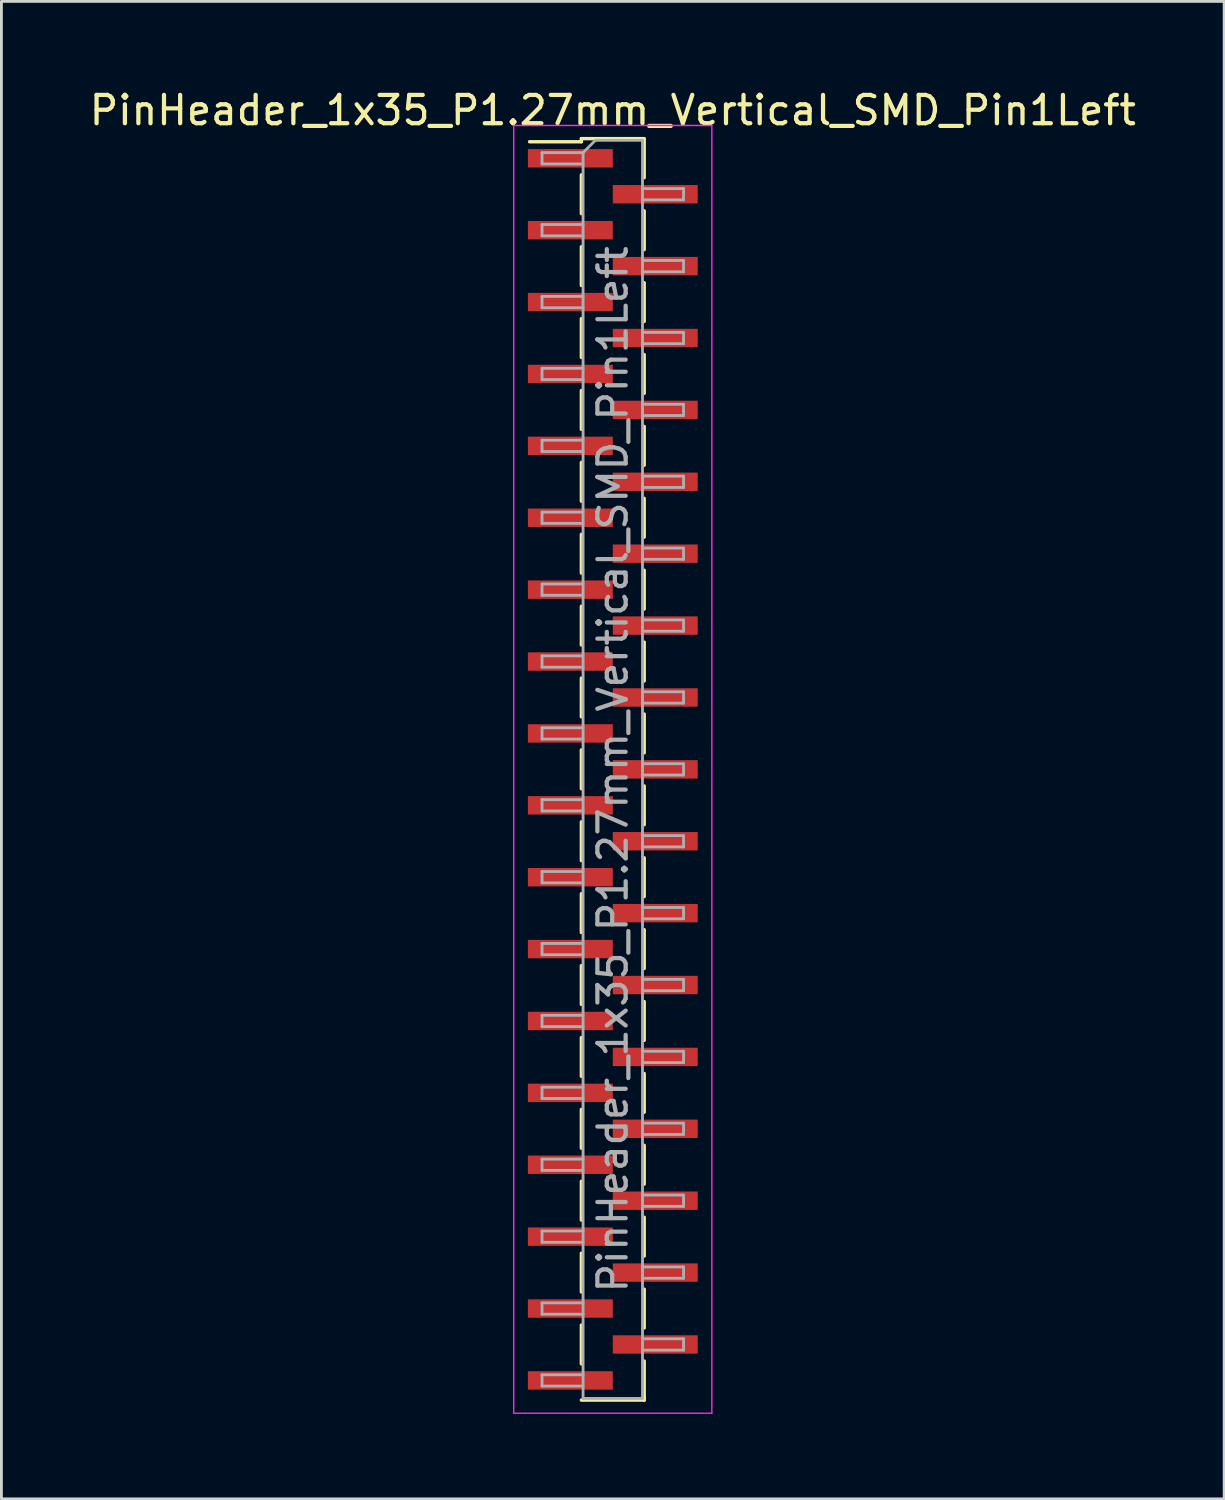
<source format=kicad_pcb>
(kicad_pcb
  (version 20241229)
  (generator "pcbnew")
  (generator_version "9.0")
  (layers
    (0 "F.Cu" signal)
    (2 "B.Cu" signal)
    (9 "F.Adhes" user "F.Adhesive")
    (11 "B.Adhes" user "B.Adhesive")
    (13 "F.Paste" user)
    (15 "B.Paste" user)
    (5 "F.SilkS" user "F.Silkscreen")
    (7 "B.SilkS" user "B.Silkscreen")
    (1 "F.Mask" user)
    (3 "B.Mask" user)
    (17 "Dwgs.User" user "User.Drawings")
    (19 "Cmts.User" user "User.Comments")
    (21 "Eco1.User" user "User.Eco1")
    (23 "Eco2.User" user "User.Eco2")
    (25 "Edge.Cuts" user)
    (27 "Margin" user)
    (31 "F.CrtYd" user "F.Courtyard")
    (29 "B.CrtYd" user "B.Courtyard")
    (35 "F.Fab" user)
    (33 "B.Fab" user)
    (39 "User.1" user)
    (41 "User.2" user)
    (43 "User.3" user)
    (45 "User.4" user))
  (footprint "PinHeader_1x35_P1.27mm_Vertical_SMD_Pin1Left"
    (layer "F.Cu")
    (at 18.601 24.133)
    (property "Reference" "PinHeader_1x35_P1.27mm_Vertical_SMD_Pin1Left" (at 0 -23.285 0) (layer "F.SilkS") (effects (font (size 1 1) (thickness 0.15))))
    (attr smd)
    (fp_line (start -1.11 -22.285) (end -1.11 -22.175) (stroke (width 0.12) (type solid)) (layer "F.SilkS"))
    (fp_line (start -1.11 -22.285) (end 1.11 -22.285) (stroke (width 0.12) (type solid)) (layer "F.SilkS"))
    (fp_line (start -1.11 -22.175) (end -2.94 -22.175) (stroke (width 0.12) (type solid)) (layer "F.SilkS"))
    (fp_line (start -1.11 -21.005) (end -1.11 -19.635) (stroke (width 0.12) (type solid)) (layer "F.SilkS"))
    (fp_line (start -1.11 -18.465) (end -1.11 -17.095) (stroke (width 0.12) (type solid)) (layer "F.SilkS"))
    (fp_line (start -1.11 -15.925) (end -1.11 -14.555) (stroke (width 0.12) (type solid)) (layer "F.SilkS"))
    (fp_line (start -1.11 -13.385) (end -1.11 -12.015) (stroke (width 0.12) (type solid)) (layer "F.SilkS"))
    (fp_line (start -1.11 -10.845) (end -1.11 -9.475) (stroke (width 0.12) (type solid)) (layer "F.SilkS"))
    (fp_line (start -1.11 -8.305) (end -1.11 -6.935) (stroke (width 0.12) (type solid)) (layer "F.SilkS"))
    (fp_line (start -1.11 -5.765) (end -1.11 -4.395) (stroke (width 0.12) (type solid)) (layer "F.SilkS"))
    (fp_line (start -1.11 -3.225) (end -1.11 -1.855) (stroke (width 0.12) (type solid)) (layer "F.SilkS"))
    (fp_line (start -1.11 -0.685) (end -1.11 0.685) (stroke (width 0.12) (type solid)) (layer "F.SilkS"))
    (fp_line (start -1.11 1.855) (end -1.11 3.225) (stroke (width 0.12) (type solid)) (layer "F.SilkS"))
    (fp_line (start -1.11 4.395) (end -1.11 5.765) (stroke (width 0.12) (type solid)) (layer "F.SilkS"))
    (fp_line (start -1.11 6.935) (end -1.11 8.305) (stroke (width 0.12) (type solid)) (layer "F.SilkS"))
    (fp_line (start -1.11 9.475) (end -1.11 10.845) (stroke (width 0.12) (type solid)) (layer "F.SilkS"))
    (fp_line (start -1.11 12.015) (end -1.11 13.385) (stroke (width 0.12) (type solid)) (layer "F.SilkS"))
    (fp_line (start -1.11 14.555) (end -1.11 15.925) (stroke (width 0.12) (type solid)) (layer "F.SilkS"))
    (fp_line (start -1.11 17.095) (end -1.11 18.465) (stroke (width 0.12) (type solid)) (layer "F.SilkS"))
    (fp_line (start -1.11 19.635) (end -1.11 21.005) (stroke (width 0.12) (type solid)) (layer "F.SilkS"))
    (fp_line (start -1.11 22.285) (end 1.11 22.285) (stroke (width 0.12) (type solid)) (layer "F.SilkS"))
    (fp_line (start 1.11 -22.275) (end 1.11 -20.905) (stroke (width 0.12) (type solid)) (layer "F.SilkS"))
    (fp_line (start 1.11 -19.735) (end 1.11 -18.365) (stroke (width 0.12) (type solid)) (layer "F.SilkS"))
    (fp_line (start 1.11 -17.195) (end 1.11 -15.825) (stroke (width 0.12) (type solid)) (layer "F.SilkS"))
    (fp_line (start 1.11 -14.655) (end 1.11 -13.285) (stroke (width 0.12) (type solid)) (layer "F.SilkS"))
    (fp_line (start 1.11 -12.115) (end 1.11 -10.745) (stroke (width 0.12) (type solid)) (layer "F.SilkS"))
    (fp_line (start 1.11 -9.575) (end 1.11 -8.205) (stroke (width 0.12) (type solid)) (layer "F.SilkS"))
    (fp_line (start 1.11 -7.035) (end 1.11 -5.665) (stroke (width 0.12) (type solid)) (layer "F.SilkS"))
    (fp_line (start 1.11 -4.495) (end 1.11 -3.125) (stroke (width 0.12) (type solid)) (layer "F.SilkS"))
    (fp_line (start 1.11 -1.955) (end 1.11 -0.585) (stroke (width 0.12) (type solid)) (layer "F.SilkS"))
    (fp_line (start 1.11 0.585) (end 1.11 1.955) (stroke (width 0.12) (type solid)) (layer "F.SilkS"))
    (fp_line (start 1.11 3.125) (end 1.11 4.495) (stroke (width 0.12) (type solid)) (layer "F.SilkS"))
    (fp_line (start 1.11 5.665) (end 1.11 7.035) (stroke (width 0.12) (type solid)) (layer "F.SilkS"))
    (fp_line (start 1.11 8.205) (end 1.11 9.575) (stroke (width 0.12) (type solid)) (layer "F.SilkS"))
    (fp_line (start 1.11 10.745) (end 1.11 12.115) (stroke (width 0.12) (type solid)) (layer "F.SilkS"))
    (fp_line (start 1.11 13.285) (end 1.11 14.655) (stroke (width 0.12) (type solid)) (layer "F.SilkS"))
    (fp_line (start 1.11 15.825) (end 1.11 17.195) (stroke (width 0.12) (type solid)) (layer "F.SilkS"))
    (fp_line (start 1.11 18.365) (end 1.11 19.735) (stroke (width 0.12) (type solid)) (layer "F.SilkS"))
    (fp_line (start 1.11 20.905) (end 1.11 22.275) (stroke (width 0.12) (type solid)) (layer "F.SilkS"))
    (fp_line (start 1.11 22.175) (end 1.11 22.285) (stroke (width 0.12) (type solid)) (layer "F.SilkS"))
    (fp_line (start -3.5 -22.75) (end -3.5 22.75) (stroke (width 0.05) (type solid)) (layer "F.CrtYd"))
    (fp_line (start -3.5 22.75) (end 3.5 22.75) (stroke (width 0.05) (type solid)) (layer "F.CrtYd"))
    (fp_line (start 3.5 -22.75) (end -3.5 -22.75) (stroke (width 0.05) (type solid)) (layer "F.CrtYd"))
    (fp_line (start 3.5 22.75) (end 3.5 -22.75) (stroke (width 0.05) (type solid)) (layer "F.CrtYd"))
    (fp_line (start -2.5 -21.79) (end -2.5 -21.39) (stroke (width 0.1) (type solid)) (layer "F.Fab"))
    (fp_line (start -2.5 -21.39) (end -1.05 -21.39) (stroke (width 0.1) (type solid)) (layer "F.Fab"))
    (fp_line (start -2.5 -19.25) (end -2.5 -18.85) (stroke (width 0.1) (type solid)) (layer "F.Fab"))
    (fp_line (start -2.5 -18.85) (end -1.05 -18.85) (stroke (width 0.1) (type solid)) (layer "F.Fab"))
    (fp_line (start -2.5 -16.71) (end -2.5 -16.31) (stroke (width 0.1) (type solid)) (layer "F.Fab"))
    (fp_line (start -2.5 -16.31) (end -1.05 -16.31) (stroke (width 0.1) (type solid)) (layer "F.Fab"))
    (fp_line (start -2.5 -14.17) (end -2.5 -13.77) (stroke (width 0.1) (type solid)) (layer "F.Fab"))
    (fp_line (start -2.5 -13.77) (end -1.05 -13.77) (stroke (width 0.1) (type solid)) (layer "F.Fab"))
    (fp_line (start -2.5 -11.63) (end -2.5 -11.23) (stroke (width 0.1) (type solid)) (layer "F.Fab"))
    (fp_line (start -2.5 -11.23) (end -1.05 -11.23) (stroke (width 0.1) (type solid)) (layer "F.Fab"))
    (fp_line (start -2.5 -9.09) (end -2.5 -8.69) (stroke (width 0.1) (type solid)) (layer "F.Fab"))
    (fp_line (start -2.5 -8.69) (end -1.05 -8.69) (stroke (width 0.1) (type solid)) (layer "F.Fab"))
    (fp_line (start -2.5 -6.55) (end -2.5 -6.15) (stroke (width 0.1) (type solid)) (layer "F.Fab"))
    (fp_line (start -2.5 -6.15) (end -1.05 -6.15) (stroke (width 0.1) (type solid)) (layer "F.Fab"))
    (fp_line (start -2.5 -4.01) (end -2.5 -3.61) (stroke (width 0.1) (type solid)) (layer "F.Fab"))
    (fp_line (start -2.5 -3.61) (end -1.05 -3.61) (stroke (width 0.1) (type solid)) (layer "F.Fab"))
    (fp_line (start -2.5 -1.47) (end -2.5 -1.07) (stroke (width 0.1) (type solid)) (layer "F.Fab"))
    (fp_line (start -2.5 -1.07) (end -1.05 -1.07) (stroke (width 0.1) (type solid)) (layer "F.Fab"))
    (fp_line (start -2.5 1.07) (end -2.5 1.47) (stroke (width 0.1) (type solid)) (layer "F.Fab"))
    (fp_line (start -2.5 1.47) (end -1.05 1.47) (stroke (width 0.1) (type solid)) (layer "F.Fab"))
    (fp_line (start -2.5 3.61) (end -2.5 4.01) (stroke (width 0.1) (type solid)) (layer "F.Fab"))
    (fp_line (start -2.5 4.01) (end -1.05 4.01) (stroke (width 0.1) (type solid)) (layer "F.Fab"))
    (fp_line (start -2.5 6.15) (end -2.5 6.55) (stroke (width 0.1) (type solid)) (layer "F.Fab"))
    (fp_line (start -2.5 6.55) (end -1.05 6.55) (stroke (width 0.1) (type solid)) (layer "F.Fab"))
    (fp_line (start -2.5 8.69) (end -2.5 9.09) (stroke (width 0.1) (type solid)) (layer "F.Fab"))
    (fp_line (start -2.5 9.09) (end -1.05 9.09) (stroke (width 0.1) (type solid)) (layer "F.Fab"))
    (fp_line (start -2.5 11.23) (end -2.5 11.63) (stroke (width 0.1) (type solid)) (layer "F.Fab"))
    (fp_line (start -2.5 11.63) (end -1.05 11.63) (stroke (width 0.1) (type solid)) (layer "F.Fab"))
    (fp_line (start -2.5 13.77) (end -2.5 14.17) (stroke (width 0.1) (type solid)) (layer "F.Fab"))
    (fp_line (start -2.5 14.17) (end -1.05 14.17) (stroke (width 0.1) (type solid)) (layer "F.Fab"))
    (fp_line (start -2.5 16.31) (end -2.5 16.71) (stroke (width 0.1) (type solid)) (layer "F.Fab"))
    (fp_line (start -2.5 16.71) (end -1.05 16.71) (stroke (width 0.1) (type solid)) (layer "F.Fab"))
    (fp_line (start -2.5 18.85) (end -2.5 19.25) (stroke (width 0.1) (type solid)) (layer "F.Fab"))
    (fp_line (start -2.5 19.25) (end -1.05 19.25) (stroke (width 0.1) (type solid)) (layer "F.Fab"))
    (fp_line (start -2.5 21.39) (end -2.5 21.79) (stroke (width 0.1) (type solid)) (layer "F.Fab"))
    (fp_line (start -2.5 21.79) (end -1.05 21.79) (stroke (width 0.1) (type solid)) (layer "F.Fab"))
    (fp_line (start -1.05 -21.79) (end -2.5 -21.79) (stroke (width 0.1) (type solid)) (layer "F.Fab"))
    (fp_line (start -1.05 -21.79) (end -0.615 -22.225) (stroke (width 0.1) (type solid)) (layer "F.Fab"))
    (fp_line (start -1.05 -19.25) (end -2.5 -19.25) (stroke (width 0.1) (type solid)) (layer "F.Fab"))
    (fp_line (start -1.05 -16.71) (end -2.5 -16.71) (stroke (width 0.1) (type solid)) (layer "F.Fab"))
    (fp_line (start -1.05 -14.17) (end -2.5 -14.17) (stroke (width 0.1) (type solid)) (layer "F.Fab"))
    (fp_line (start -1.05 -11.63) (end -2.5 -11.63) (stroke (width 0.1) (type solid)) (layer "F.Fab"))
    (fp_line (start -1.05 -9.09) (end -2.5 -9.09) (stroke (width 0.1) (type solid)) (layer "F.Fab"))
    (fp_line (start -1.05 -6.55) (end -2.5 -6.55) (stroke (width 0.1) (type solid)) (layer "F.Fab"))
    (fp_line (start -1.05 -4.01) (end -2.5 -4.01) (stroke (width 0.1) (type solid)) (layer "F.Fab"))
    (fp_line (start -1.05 -1.47) (end -2.5 -1.47) (stroke (width 0.1) (type solid)) (layer "F.Fab"))
    (fp_line (start -1.05 1.07) (end -2.5 1.07) (stroke (width 0.1) (type solid)) (layer "F.Fab"))
    (fp_line (start -1.05 3.61) (end -2.5 3.61) (stroke (width 0.1) (type solid)) (layer "F.Fab"))
    (fp_line (start -1.05 6.15) (end -2.5 6.15) (stroke (width 0.1) (type solid)) (layer "F.Fab"))
    (fp_line (start -1.05 8.69) (end -2.5 8.69) (stroke (width 0.1) (type solid)) (layer "F.Fab"))
    (fp_line (start -1.05 11.23) (end -2.5 11.23) (stroke (width 0.1) (type solid)) (layer "F.Fab"))
    (fp_line (start -1.05 13.77) (end -2.5 13.77) (stroke (width 0.1) (type solid)) (layer "F.Fab"))
    (fp_line (start -1.05 16.31) (end -2.5 16.31) (stroke (width 0.1) (type solid)) (layer "F.Fab"))
    (fp_line (start -1.05 18.85) (end -2.5 18.85) (stroke (width 0.1) (type solid)) (layer "F.Fab"))
    (fp_line (start -1.05 21.39) (end -2.5 21.39) (stroke (width 0.1) (type solid)) (layer "F.Fab"))
    (fp_line (start -1.05 22.225) (end -1.05 -21.79) (stroke (width 0.1) (type solid)) (layer "F.Fab"))
    (fp_line (start -0.615 -22.225) (end 1.05 -22.225) (stroke (width 0.1) (type solid)) (layer "F.Fab"))
    (fp_line (start 1.05 -22.225) (end 1.05 22.225) (stroke (width 0.1) (type solid)) (layer "F.Fab"))
    (fp_line (start 1.05 -20.52) (end 2.5 -20.52) (stroke (width 0.1) (type solid)) (layer "F.Fab"))
    (fp_line (start 1.05 -17.98) (end 2.5 -17.98) (stroke (width 0.1) (type solid)) (layer "F.Fab"))
    (fp_line (start 1.05 -15.44) (end 2.5 -15.44) (stroke (width 0.1) (type solid)) (layer "F.Fab"))
    (fp_line (start 1.05 -12.9) (end 2.5 -12.9) (stroke (width 0.1) (type solid)) (layer "F.Fab"))
    (fp_line (start 1.05 -10.36) (end 2.5 -10.36) (stroke (width 0.1) (type solid)) (layer "F.Fab"))
    (fp_line (start 1.05 -7.82) (end 2.5 -7.82) (stroke (width 0.1) (type solid)) (layer "F.Fab"))
    (fp_line (start 1.05 -5.28) (end 2.5 -5.28) (stroke (width 0.1) (type solid)) (layer "F.Fab"))
    (fp_line (start 1.05 -2.74) (end 2.5 -2.74) (stroke (width 0.1) (type solid)) (layer "F.Fab"))
    (fp_line (start 1.05 -0.2) (end 2.5 -0.2) (stroke (width 0.1) (type solid)) (layer "F.Fab"))
    (fp_line (start 1.05 2.34) (end 2.5 2.34) (stroke (width 0.1) (type solid)) (layer "F.Fab"))
    (fp_line (start 1.05 4.88) (end 2.5 4.88) (stroke (width 0.1) (type solid)) (layer "F.Fab"))
    (fp_line (start 1.05 7.42) (end 2.5 7.42) (stroke (width 0.1) (type solid)) (layer "F.Fab"))
    (fp_line (start 1.05 9.96) (end 2.5 9.96) (stroke (width 0.1) (type solid)) (layer "F.Fab"))
    (fp_line (start 1.05 12.5) (end 2.5 12.5) (stroke (width 0.1) (type solid)) (layer "F.Fab"))
    (fp_line (start 1.05 15.04) (end 2.5 15.04) (stroke (width 0.1) (type solid)) (layer "F.Fab"))
    (fp_line (start 1.05 17.58) (end 2.5 17.58) (stroke (width 0.1) (type solid)) (layer "F.Fab"))
    (fp_line (start 1.05 20.12) (end 2.5 20.12) (stroke (width 0.1) (type solid)) (layer "F.Fab"))
    (fp_line (start 1.05 22.225) (end -1.05 22.225) (stroke (width 0.1) (type solid)) (layer "F.Fab"))
    (fp_line (start 2.5 -20.52) (end 2.5 -20.12) (stroke (width 0.1) (type solid)) (layer "F.Fab"))
    (fp_line (start 2.5 -20.12) (end 1.05 -20.12) (stroke (width 0.1) (type solid)) (layer "F.Fab"))
    (fp_line (start 2.5 -17.98) (end 2.5 -17.58) (stroke (width 0.1) (type solid)) (layer "F.Fab"))
    (fp_line (start 2.5 -17.58) (end 1.05 -17.58) (stroke (width 0.1) (type solid)) (layer "F.Fab"))
    (fp_line (start 2.5 -15.44) (end 2.5 -15.04) (stroke (width 0.1) (type solid)) (layer "F.Fab"))
    (fp_line (start 2.5 -15.04) (end 1.05 -15.04) (stroke (width 0.1) (type solid)) (layer "F.Fab"))
    (fp_line (start 2.5 -12.9) (end 2.5 -12.5) (stroke (width 0.1) (type solid)) (layer "F.Fab"))
    (fp_line (start 2.5 -12.5) (end 1.05 -12.5) (stroke (width 0.1) (type solid)) (layer "F.Fab"))
    (fp_line (start 2.5 -10.36) (end 2.5 -9.96) (stroke (width 0.1) (type solid)) (layer "F.Fab"))
    (fp_line (start 2.5 -9.96) (end 1.05 -9.96) (stroke (width 0.1) (type solid)) (layer "F.Fab"))
    (fp_line (start 2.5 -7.82) (end 2.5 -7.42) (stroke (width 0.1) (type solid)) (layer "F.Fab"))
    (fp_line (start 2.5 -7.42) (end 1.05 -7.42) (stroke (width 0.1) (type solid)) (layer "F.Fab"))
    (fp_line (start 2.5 -5.28) (end 2.5 -4.88) (stroke (width 0.1) (type solid)) (layer "F.Fab"))
    (fp_line (start 2.5 -4.88) (end 1.05 -4.88) (stroke (width 0.1) (type solid)) (layer "F.Fab"))
    (fp_line (start 2.5 -2.74) (end 2.5 -2.34) (stroke (width 0.1) (type solid)) (layer "F.Fab"))
    (fp_line (start 2.5 -2.34) (end 1.05 -2.34) (stroke (width 0.1) (type solid)) (layer "F.Fab"))
    (fp_line (start 2.5 -0.2) (end 2.5 0.2) (stroke (width 0.1) (type solid)) (layer "F.Fab"))
    (fp_line (start 2.5 0.2) (end 1.05 0.2) (stroke (width 0.1) (type solid)) (layer "F.Fab"))
    (fp_line (start 2.5 2.34) (end 2.5 2.74) (stroke (width 0.1) (type solid)) (layer "F.Fab"))
    (fp_line (start 2.5 2.74) (end 1.05 2.74) (stroke (width 0.1) (type solid)) (layer "F.Fab"))
    (fp_line (start 2.5 4.88) (end 2.5 5.28) (stroke (width 0.1) (type solid)) (layer "F.Fab"))
    (fp_line (start 2.5 5.28) (end 1.05 5.28) (stroke (width 0.1) (type solid)) (layer "F.Fab"))
    (fp_line (start 2.5 7.42) (end 2.5 7.82) (stroke (width 0.1) (type solid)) (layer "F.Fab"))
    (fp_line (start 2.5 7.82) (end 1.05 7.82) (stroke (width 0.1) (type solid)) (layer "F.Fab"))
    (fp_line (start 2.5 9.96) (end 2.5 10.36) (stroke (width 0.1) (type solid)) (layer "F.Fab"))
    (fp_line (start 2.5 10.36) (end 1.05 10.36) (stroke (width 0.1) (type solid)) (layer "F.Fab"))
    (fp_line (start 2.5 12.5) (end 2.5 12.9) (stroke (width 0.1) (type solid)) (layer "F.Fab"))
    (fp_line (start 2.5 12.9) (end 1.05 12.9) (stroke (width 0.1) (type solid)) (layer "F.Fab"))
    (fp_line (start 2.5 15.04) (end 2.5 15.44) (stroke (width 0.1) (type solid)) (layer "F.Fab"))
    (fp_line (start 2.5 15.44) (end 1.05 15.44) (stroke (width 0.1) (type solid)) (layer "F.Fab"))
    (fp_line (start 2.5 17.58) (end 2.5 17.98) (stroke (width 0.1) (type solid)) (layer "F.Fab"))
    (fp_line (start 2.5 17.98) (end 1.05 17.98) (stroke (width 0.1) (type solid)) (layer "F.Fab"))
    (fp_line (start 2.5 20.12) (end 2.5 20.52) (stroke (width 0.1) (type solid)) (layer "F.Fab"))
    (fp_line (start 2.5 20.52) (end 1.05 20.52) (stroke (width 0.1) (type solid)) (layer "F.Fab"))
    (fp_text user "${REFERENCE}" (at 0 0 90) (layer "F.Fab") (effects (font (size 1 1) (thickness 0.15))))
    (pad "1" smd rect (at -1.5 -21.59) (size 3 0.65) (layers "F.Cu" "F.Mask" "F.Paste"))
    (pad "2" smd rect (at 1.5 -20.32) (size 3 0.65) (layers "F.Cu" "F.Mask" "F.Paste"))
    (pad "3" smd rect (at -1.5 -19.05) (size 3 0.65) (layers "F.Cu" "F.Mask" "F.Paste"))
    (pad "4" smd rect (at 1.5 -17.78) (size 3 0.65) (layers "F.Cu" "F.Mask" "F.Paste"))
    (pad "5" smd rect (at -1.5 -16.51) (size 3 0.65) (layers "F.Cu" "F.Mask" "F.Paste"))
    (pad "6" smd rect (at 1.5 -15.24) (size 3 0.65) (layers "F.Cu" "F.Mask" "F.Paste"))
    (pad "7" smd rect (at -1.5 -13.97) (size 3 0.65) (layers "F.Cu" "F.Mask" "F.Paste"))
    (pad "8" smd rect (at 1.5 -12.7) (size 3 0.65) (layers "F.Cu" "F.Mask" "F.Paste"))
    (pad "9" smd rect (at -1.5 -11.43) (size 3 0.65) (layers "F.Cu" "F.Mask" "F.Paste"))
    (pad "10" smd rect (at 1.5 -10.16) (size 3 0.65) (layers "F.Cu" "F.Mask" "F.Paste"))
    (pad "11" smd rect (at -1.5 -8.89) (size 3 0.65) (layers "F.Cu" "F.Mask" "F.Paste"))
    (pad "12" smd rect (at 1.5 -7.62) (size 3 0.65) (layers "F.Cu" "F.Mask" "F.Paste"))
    (pad "13" smd rect (at -1.5 -6.35) (size 3 0.65) (layers "F.Cu" "F.Mask" "F.Paste"))
    (pad "14" smd rect (at 1.5 -5.08) (size 3 0.65) (layers "F.Cu" "F.Mask" "F.Paste"))
    (pad "15" smd rect (at -1.5 -3.81) (size 3 0.65) (layers "F.Cu" "F.Mask" "F.Paste"))
    (pad "16" smd rect (at 1.5 -2.54) (size 3 0.65) (layers "F.Cu" "F.Mask" "F.Paste"))
    (pad "17" smd rect (at -1.5 -1.27) (size 3 0.65) (layers "F.Cu" "F.Mask" "F.Paste"))
    (pad "18" smd rect (at 1.5 0) (size 3 0.65) (layers "F.Cu" "F.Mask" "F.Paste"))
    (pad "19" smd rect (at -1.5 1.27) (size 3 0.65) (layers "F.Cu" "F.Mask" "F.Paste"))
    (pad "20" smd rect (at 1.5 2.54) (size 3 0.65) (layers "F.Cu" "F.Mask" "F.Paste"))
    (pad "21" smd rect (at -1.5 3.81) (size 3 0.65) (layers "F.Cu" "F.Mask" "F.Paste"))
    (pad "22" smd rect (at 1.5 5.08) (size 3 0.65) (layers "F.Cu" "F.Mask" "F.Paste"))
    (pad "23" smd rect (at -1.5 6.35) (size 3 0.65) (layers "F.Cu" "F.Mask" "F.Paste"))
    (pad "24" smd rect (at 1.5 7.62) (size 3 0.65) (layers "F.Cu" "F.Mask" "F.Paste"))
    (pad "25" smd rect (at -1.5 8.89) (size 3 0.65) (layers "F.Cu" "F.Mask" "F.Paste"))
    (pad "26" smd rect (at 1.5 10.16) (size 3 0.65) (layers "F.Cu" "F.Mask" "F.Paste"))
    (pad "27" smd rect (at -1.5 11.43) (size 3 0.65) (layers "F.Cu" "F.Mask" "F.Paste"))
    (pad "28" smd rect (at 1.5 12.7) (size 3 0.65) (layers "F.Cu" "F.Mask" "F.Paste"))
    (pad "29" smd rect (at -1.5 13.97) (size 3 0.65) (layers "F.Cu" "F.Mask" "F.Paste"))
    (pad "30" smd rect (at 1.5 15.24) (size 3 0.65) (layers "F.Cu" "F.Mask" "F.Paste"))
    (pad "31" smd rect (at -1.5 16.51) (size 3 0.65) (layers "F.Cu" "F.Mask" "F.Paste"))
    (pad "32" smd rect (at 1.5 17.78) (size 3 0.65) (layers "F.Cu" "F.Mask" "F.Paste"))
    (pad "33" smd rect (at -1.5 19.05) (size 3 0.65) (layers "F.Cu" "F.Mask" "F.Paste"))
    (pad "34" smd rect (at 1.5 20.32) (size 3 0.65) (layers "F.Cu" "F.Mask" "F.Paste"))
    (pad "35" smd rect (at -1.5 21.59) (size 3 0.65) (layers "F.Cu" "F.Mask" "F.Paste")))
  (gr_rect
    (start -3 -3)
    (end 40.202 49.908)
    (stroke (width 0.1) (type default))
    (fill no)
    (layer "Edge.Cuts")))
</source>
